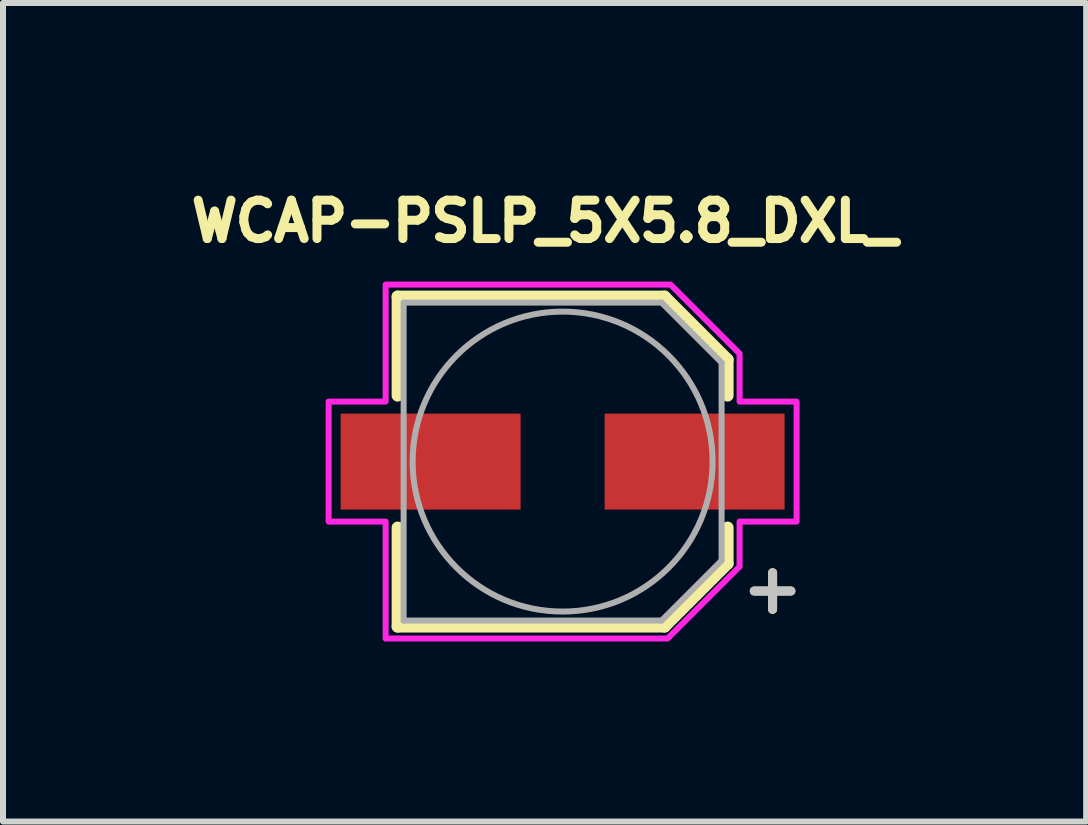
<source format=kicad_pcb>
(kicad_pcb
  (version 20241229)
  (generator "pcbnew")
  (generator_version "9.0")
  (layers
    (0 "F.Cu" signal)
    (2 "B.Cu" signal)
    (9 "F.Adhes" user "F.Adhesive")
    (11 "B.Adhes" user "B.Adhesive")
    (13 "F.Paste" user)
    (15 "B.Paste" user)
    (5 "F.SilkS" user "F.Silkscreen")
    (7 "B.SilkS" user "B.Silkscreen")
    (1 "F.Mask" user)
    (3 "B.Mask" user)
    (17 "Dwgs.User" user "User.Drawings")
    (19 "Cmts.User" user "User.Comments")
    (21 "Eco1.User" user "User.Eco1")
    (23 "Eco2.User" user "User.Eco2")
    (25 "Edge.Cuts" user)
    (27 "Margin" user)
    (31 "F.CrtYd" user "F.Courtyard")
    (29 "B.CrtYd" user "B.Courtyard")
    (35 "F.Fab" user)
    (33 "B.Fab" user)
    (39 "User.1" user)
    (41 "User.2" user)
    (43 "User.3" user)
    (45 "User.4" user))
  (footprint "WCAP-PSLP_5X5.8_DXL_"
    (layer "F.Cu")
    (at 6.328 4.644)
    (property "Reference" "WCAP-PSLP_5X5.8_DXL_" (at -0.3 -4.006 0) (layer "F.SilkS") (effects (font (size 0.64 0.64) (thickness 0.15))))
    (attr smd)
    (fp_line (start -2.75 -2.75) (end -2.75 -1.1) (stroke (width 0.2) (type solid)) (layer "F.SilkS"))
    (fp_line (start -2.75 -2.75) (end 1.7 -2.75) (stroke (width 0.2) (type solid)) (layer "F.SilkS"))
    (fp_line (start -2.75 2.75) (end -2.75 1.1) (stroke (width 0.2) (type solid)) (layer "F.SilkS"))
    (fp_line (start -2.75 2.75) (end 1.7 2.75) (stroke (width 0.2) (type solid)) (layer "F.SilkS"))
    (fp_line (start 1.7 -2.75) (end 2.75 -1.7) (stroke (width 0.2) (type solid)) (layer "F.SilkS"))
    (fp_line (start 1.7 2.75) (end 2.75 1.7) (stroke (width 0.2) (type solid)) (layer "F.SilkS"))
    (fp_line (start 2.75 -1.7) (end 2.75 -1.1) (stroke (width 0.2) (type solid)) (layer "F.SilkS"))
    (fp_line (start 2.75 1.7) (end 2.75 1.1) (stroke (width 0.2) (type solid)) (layer "F.SilkS"))
    (fp_poly (pts (xy -2.95 -2.95) (xy -2.95 -1) (xy -3.9 -1) (xy -3.9 1) (xy -2.95 1) (xy -2.95 2.95) (xy 1.75 2.95) (xy 2.95 1.75) (xy 2.95 1) (xy 3.9 1) (xy 3.9 -1) (xy 2.95 -1) (xy 2.95 -1.8) (xy 1.8 -2.95)) (stroke (width 0.1) (type solid)) (fill no) (layer "F.CrtYd"))
    (fp_line (start -2.65 -2.65) (end -2.65 2.65) (stroke (width 0.1) (type solid)) (layer "F.Fab"))
    (fp_line (start -2.65 2.65) (end 1.65 2.65) (stroke (width 0.1) (type solid)) (layer "F.Fab"))
    (fp_line (start 1.65 -2.65) (end -2.65 -2.65) (stroke (width 0.1) (type solid)) (layer "F.Fab"))
    (fp_line (start 1.65 2.65) (end 2.65 1.65) (stroke (width 0.1) (type solid)) (layer "F.Fab"))
    (fp_line (start 2.65 -1.65) (end 1.65 -2.65) (stroke (width 0.1) (type solid)) (layer "F.Fab"))
    (fp_line (start 2.65 1.65) (end 2.65 -1.65) (stroke (width 0.1) (type solid)) (layer "F.Fab"))
    (fp_circle (center 0 0) (end 2.5 0) (stroke (width 0.1) (type solid)) (fill no) (layer "F.Fab"))
    (fp_text user "+" (at 3.5 2.1 0) (layer "F.SilkS") (effects (font (size 0.8 0.8) (thickness 0.15))))
    (fp_text user "+" (at 3.5 2.1 0) (layer "Dwgs.User") (effects (font (size 0.8 0.8) (thickness 0.15))))
    (pad "1" smd rect (at 2.2 0) (size 3 1.6) (layers "F.Cu" "F.Mask" "F.Paste"))
    (pad "2" smd rect (at -2.2 0) (size 3 1.6) (layers "F.Cu" "F.Mask" "F.Paste")))
  (gr_rect
    (start -3 -3)
    (end 15.055 10.644)
    (stroke (width 0.1) (type default))
    (fill no)
    (layer "Edge.Cuts")))
</source>
